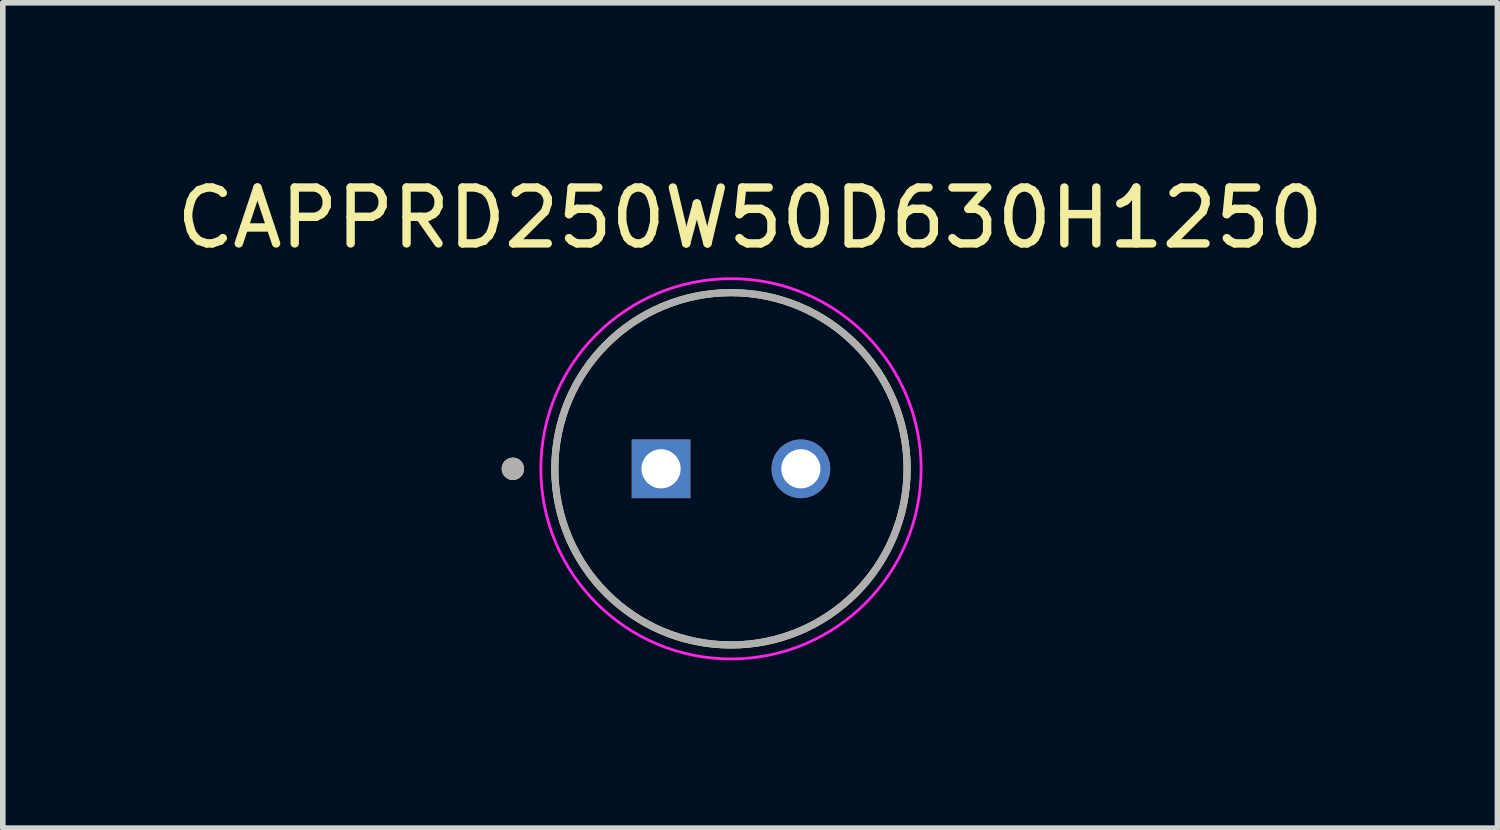
<source format=kicad_pcb>
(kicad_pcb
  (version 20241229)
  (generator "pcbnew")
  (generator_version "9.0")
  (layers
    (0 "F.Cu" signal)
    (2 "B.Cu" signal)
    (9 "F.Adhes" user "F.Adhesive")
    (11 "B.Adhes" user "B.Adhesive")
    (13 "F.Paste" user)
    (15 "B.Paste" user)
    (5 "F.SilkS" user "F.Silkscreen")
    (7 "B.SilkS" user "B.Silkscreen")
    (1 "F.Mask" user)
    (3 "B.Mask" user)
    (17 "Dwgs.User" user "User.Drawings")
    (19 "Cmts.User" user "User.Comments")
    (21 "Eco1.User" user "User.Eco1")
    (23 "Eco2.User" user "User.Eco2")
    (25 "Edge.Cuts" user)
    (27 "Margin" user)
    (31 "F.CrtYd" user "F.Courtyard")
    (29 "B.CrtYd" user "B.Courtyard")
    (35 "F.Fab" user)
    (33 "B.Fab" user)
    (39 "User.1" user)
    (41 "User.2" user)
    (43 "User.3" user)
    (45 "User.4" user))
  (footprint "CAPPRD250W50D630H1250"
    (layer "F.Cu")
    (at 10.021 5.333)
    (property "Reference" "CAPPRD250W50D630H1250" (at 0.342 -4.485 0) (layer "F.SilkS") (effects (font (size 1 1) (thickness 0.15))))
    (attr through_hole)
    (fp_circle (center -3.9 0) (end -3.8 0) (stroke (width 0.2) (type solid)) (fill no) (layer "F.SilkS"))
    (fp_circle (center 0 0) (end 3.15 0) (stroke (width 0.127) (type solid)) (fill no) (layer "F.SilkS"))
    (fp_circle (center 0 0) (end 3.4 0) (stroke (width 0.05) (type solid)) (fill no) (layer "F.CrtYd"))
    (fp_circle (center -3.9 0) (end -3.8 0) (stroke (width 0.2) (type solid)) (fill no) (layer "F.Fab"))
    (fp_circle (center 0 0) (end 3.15 0) (stroke (width 0.127) (type solid)) (fill no) (layer "F.Fab"))
    (pad "N" thru_hole circle (at 1.25 0) (size 1.05 1.05) (drill 0.7) (layers "*.Cu" "*.Mask"))
    (pad "P" thru_hole rect (at -1.25 0) (size 1.05 1.05) (drill 0.7) (layers "*.Cu" "*.Mask")))
  (gr_rect
    (start -3 -3)
    (end 23.726 11.758)
    (stroke (width 0.1) (type default))
    (fill no)
    (layer "Edge.Cuts")))
</source>
